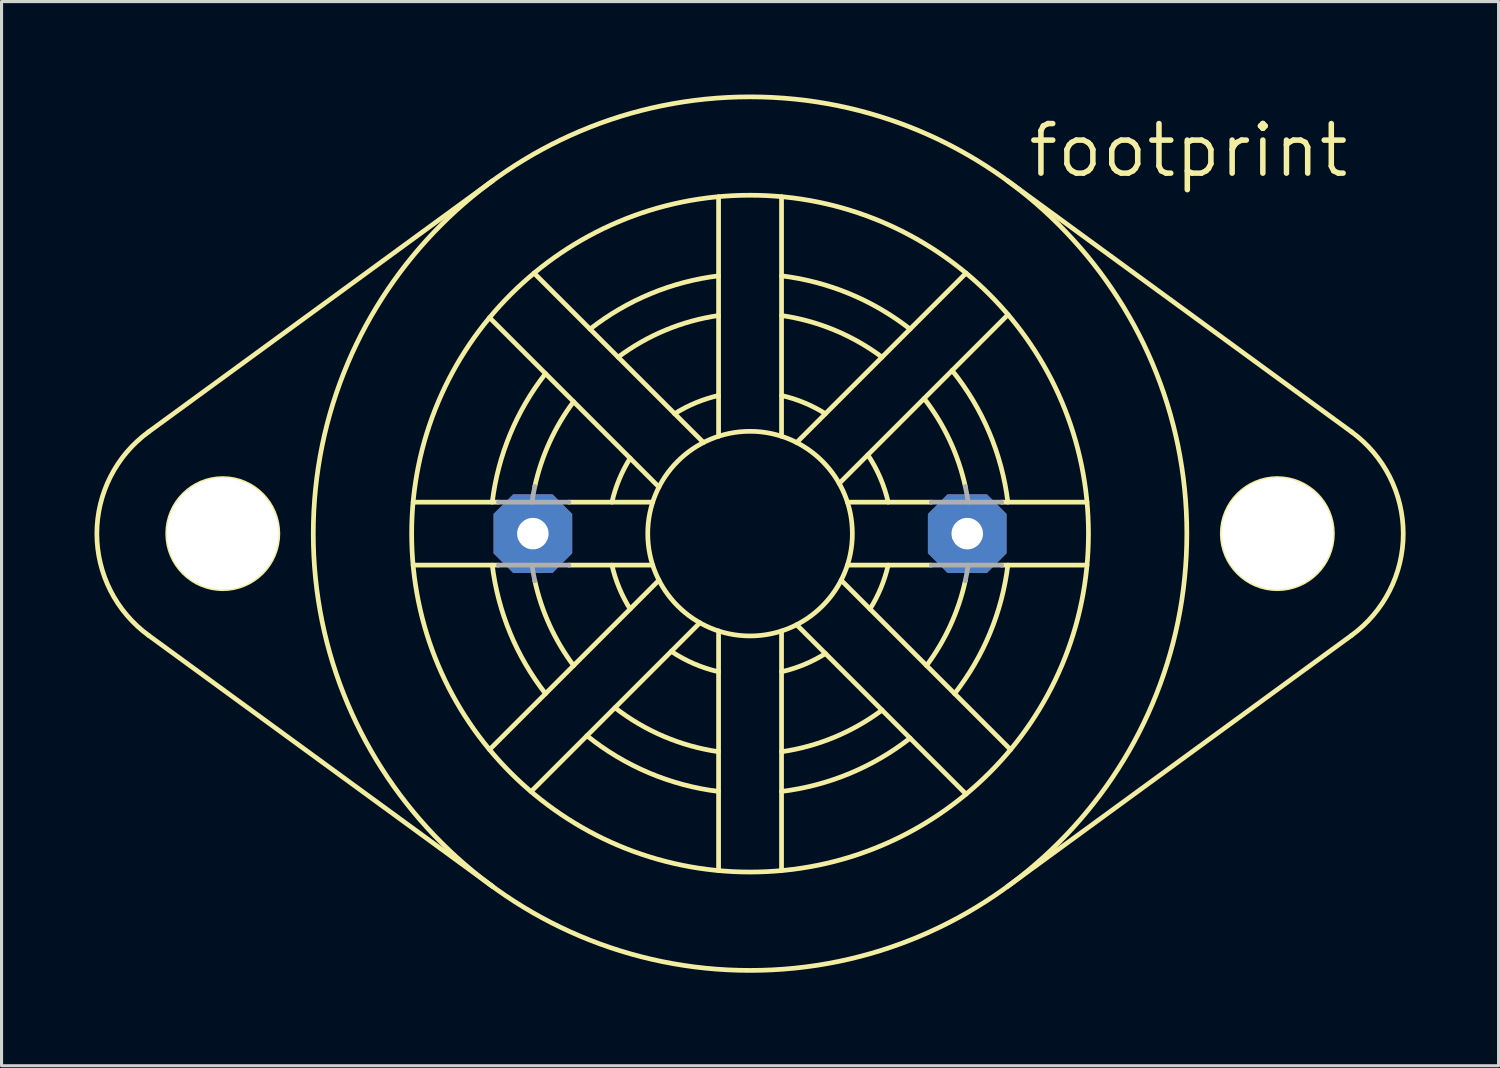
<source format=kicad_pcb>
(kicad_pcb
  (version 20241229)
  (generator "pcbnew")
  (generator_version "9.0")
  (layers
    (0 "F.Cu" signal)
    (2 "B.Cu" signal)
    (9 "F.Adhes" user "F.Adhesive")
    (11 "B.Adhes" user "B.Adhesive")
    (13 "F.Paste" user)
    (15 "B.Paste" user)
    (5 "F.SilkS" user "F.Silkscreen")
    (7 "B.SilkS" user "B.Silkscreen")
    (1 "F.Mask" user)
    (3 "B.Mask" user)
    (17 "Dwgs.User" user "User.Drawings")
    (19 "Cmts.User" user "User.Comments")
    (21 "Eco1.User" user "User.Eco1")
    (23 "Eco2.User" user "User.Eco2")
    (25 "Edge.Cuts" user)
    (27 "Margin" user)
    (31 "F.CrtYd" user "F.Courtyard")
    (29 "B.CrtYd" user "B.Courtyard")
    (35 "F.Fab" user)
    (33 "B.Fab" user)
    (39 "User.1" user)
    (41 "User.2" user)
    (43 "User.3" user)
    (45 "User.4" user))
  (footprint "footprint"
    (layer "F.Cu")
    (at 21.158 14.173)
    (property "Reference" "footprint" (at 8.89 -11.43 0) (layer "F.SilkS") (effects (font (size 1.6 1.6) (thickness 0.178)) (justify left bottom)))
    (fp_line (start -10.875 -1.016) (end -8.121 -1.016) (stroke (width 0.152) (type solid)) (layer "F.SilkS"))
    (fp_line (start -10.875 1.016) (end -8.121 1.016) (stroke (width 0.152) (type solid)) (layer "F.SilkS"))
    (fp_line (start -8.408 -6.971) (end -2.94 -1.503) (stroke (width 0.152) (type solid)) (layer "F.SilkS"))
    (fp_line (start -8.408 6.971) (end -2.94 1.503) (stroke (width 0.152) (type solid)) (layer "F.SilkS"))
    (fp_line (start -8.311 -11.387) (end -19.414 -3.283) (stroke (width 0.152) (type solid)) (layer "F.SilkS"))
    (fp_line (start -8.311 11.387) (end -19.414 3.283) (stroke (width 0.152) (type solid)) (layer "F.SilkS"))
    (fp_line (start -7.069 8.326) (end -1.62 2.877) (stroke (width 0.152) (type solid)) (layer "F.SilkS"))
    (fp_line (start -6.971 -8.408) (end -1.503 -2.94) (stroke (width 0.152) (type solid)) (layer "F.SilkS"))
    (fp_line (start -5.849 -1.016) (end -3.142 -1.016) (stroke (width 0.152) (type solid)) (layer "F.SilkS"))
    (fp_line (start -5.849 1.016) (end -3.142 1.016) (stroke (width 0.152) (type solid)) (layer "F.SilkS"))
    (fp_line (start -1.016 -3.142) (end -1.016 -10.875) (stroke (width 0.152) (type solid)) (layer "F.SilkS"))
    (fp_line (start -1.016 10.875) (end -1.016 3.142) (stroke (width 0.152) (type solid)) (layer "F.SilkS"))
    (fp_line (start 1.016 -3.142) (end 1.016 -10.875) (stroke (width 0.152) (type solid)) (layer "F.SilkS"))
    (fp_line (start 1.016 10.875) (end 1.016 3.142) (stroke (width 0.152) (type solid)) (layer "F.SilkS"))
    (fp_line (start 1.503 -2.94) (end 6.971 -8.408) (stroke (width 0.152) (type solid)) (layer "F.SilkS"))
    (fp_line (start 1.503 2.94) (end 6.971 8.408) (stroke (width 0.152) (type solid)) (layer "F.SilkS"))
    (fp_line (start 2.877 -1.62) (end 8.326 -7.069) (stroke (width 0.152) (type solid)) (layer "F.SilkS"))
    (fp_line (start 2.94 1.503) (end 8.408 6.971) (stroke (width 0.152) (type solid)) (layer "F.SilkS"))
    (fp_line (start 3.142 -1.016) (end 5.849 -1.016) (stroke (width 0.152) (type solid)) (layer "F.SilkS"))
    (fp_line (start 3.142 1.016) (end 5.849 1.016) (stroke (width 0.152) (type solid)) (layer "F.SilkS"))
    (fp_line (start 8.121 -1.016) (end 10.875 -1.016) (stroke (width 0.152) (type solid)) (layer "F.SilkS"))
    (fp_line (start 8.121 1.016) (end 10.875 1.016) (stroke (width 0.152) (type solid)) (layer "F.SilkS"))
    (fp_line (start 8.311 -11.387) (end 19.414 -3.283) (stroke (width 0.152) (type solid)) (layer "F.SilkS"))
    (fp_line (start 8.311 11.387) (end 19.414 3.283) (stroke (width 0.152) (type solid)) (layer "F.SilkS"))
    (fp_arc (start -19.414 3.283) (mid -21.082064 0.0004) (end -19.414 -3.2822) (stroke (width 0.1524) (type solid)) (layer "F.SilkS"))
    (fp_arc (start -8.3202 -1.016) (mid -7.74396 -3.207627) (end -6.6017 -5.1648) (stroke (width 0.1524) (type solid)) (layer "F.SilkS"))
    (fp_arc (start -6.9469 -1.5235) (mid -6.467617 -2.958099) (end -5.6958 -4.2589) (stroke (width 0.1524) (type solid)) (layer "F.SilkS"))
    (fp_arc (start -6.6017 5.1648) (mid -7.74396 3.207627) (end -8.3202 1.016) (stroke (width 0.1524) (type solid)) (layer "F.SilkS"))
    (fp_arc (start -5.6958 4.2589) (mid -6.467617 2.958099) (end -6.9469 1.5235) (stroke (width 0.1524) (type solid)) (layer "F.SilkS"))
    (fp_arc (start -5.1648 -6.6017) (mid -3.207627 -7.74396) (end -1.016 -8.3202) (stroke (width 0.1524) (type solid)) (layer "F.SilkS"))
    (fp_arc (start -4.4577 -1.016) (mid -4.223994 -1.749609) (end -3.8705 -2.4336) (stroke (width 0.1524) (type solid)) (layer "F.SilkS"))
    (fp_arc (start -4.2589 -5.6958) (mid -2.721624 -6.570656) (end -1.016 -7.0391) (stroke (width 0.1524) (type solid)) (layer "F.SilkS"))
    (fp_arc (start -3.8705 2.4336) (mid -4.223994 1.749609) (end -4.4577 1.016) (stroke (width 0.1524) (type solid)) (layer "F.SilkS"))
    (fp_arc (start -2.4336 -3.8705) (mid -1.749609 -4.223994) (end -1.016 -4.4577) (stroke (width 0.1524) (type solid)) (layer "F.SilkS"))
    (fp_arc (start -1.016 4.4577) (mid -1.809452 4.198715) (end -2.5426 3.7998) (stroke (width 0.1524) (type solid)) (layer "F.SilkS"))
    (fp_arc (start -1.016 7.0391) (mid -2.780747 6.545859) (end -4.3609 5.6181) (stroke (width 0.1524) (type solid)) (layer "F.SilkS"))
    (fp_arc (start -1.016 8.3202) (mid -3.266594 7.719294) (end -5.2649 6.5222) (stroke (width 0.1524) (type solid)) (layer "F.SilkS"))
    (fp_arc (start 1.016 -8.3202) (mid 3.207627 -7.74396) (end 5.1648 -6.6017) (stroke (width 0.1524) (type solid)) (layer "F.SilkS"))
    (fp_arc (start 1.016 -7.039) (mid 2.721618 -6.570607) (end 4.2589 -5.6958) (stroke (width 0.1524) (type solid)) (layer "F.SilkS"))
    (fp_arc (start 1.016 -4.4577) (mid 1.749609 -4.223994) (end 2.4336 -3.8705) (stroke (width 0.1524) (type solid)) (layer "F.SilkS"))
    (fp_arc (start 2.4336 3.8705) (mid 1.749609 4.223994) (end 1.016 4.4577) (stroke (width 0.1524) (type solid)) (layer "F.SilkS"))
    (fp_arc (start 3.7998 -2.5426) (mid 4.198714 -1.809452) (end 4.4577 -1.016) (stroke (width 0.1524) (type solid)) (layer "F.SilkS"))
    (fp_arc (start 4.2589 5.6958) (mid 2.721624 6.570656) (end 1.016 7.0391) (stroke (width 0.1524) (type solid)) (layer "F.SilkS"))
    (fp_arc (start 4.4577 1.016) (mid 4.223994 1.749609) (end 3.8705 2.4336) (stroke (width 0.1524) (type solid)) (layer "F.SilkS"))
    (fp_arc (start 5.1648 6.6017) (mid 3.207627 7.74396) (end 1.016 8.3202) (stroke (width 0.1524) (type solid)) (layer "F.SilkS"))
    (fp_arc (start 5.6181 -4.3609) (mid 6.440692 -3.016284) (end 6.9469 -1.5235) (stroke (width 0.1524) (type solid)) (layer "F.SilkS"))
    (fp_arc (start 6.5222 -5.2649) (mid 7.719294 -3.266594) (end 8.3202 -1.016) (stroke (width 0.1524) (type solid)) (layer "F.SilkS"))
    (fp_arc (start 6.9469 1.5235) (mid 6.467617 2.958099) (end 5.6958 4.2589) (stroke (width 0.1524) (type solid)) (layer "F.SilkS"))
    (fp_arc (start 8.3202 1.016) (mid 7.74396 3.207627) (end 6.6017 5.1648) (stroke (width 0.1524) (type solid)) (layer "F.SilkS"))
    (fp_arc (start 19.414 -3.2822) (mid 21.082064 0.0004) (end 19.414 3.283) (stroke (width 0.1524) (type solid)) (layer "F.SilkS"))
    (fp_circle (center -17.018 0) (end -15.24 0) (stroke (width 0.152) (type solid)) (fill no) (layer "F.SilkS"))
    (fp_circle (center 0 0) (end 3.302 0) (stroke (width 0.152) (type solid)) (fill no) (layer "F.SilkS"))
    (fp_circle (center 0 0) (end 10.922 0) (stroke (width 0.152) (type solid)) (fill no) (layer "F.SilkS"))
    (fp_circle (center 0 0) (end 14.097 0) (stroke (width 0.152) (type solid)) (fill no) (layer "F.SilkS"))
    (fp_circle (center 17.018 0) (end 18.796 0) (stroke (width 0.152) (type solid)) (fill no) (layer "F.SilkS"))
    (fp_line (start -8.121 -1.016) (end -5.849 -1.016) (stroke (width 0.152) (type solid)) (layer "F.Fab"))
    (fp_line (start -8.121 1.016) (end -5.849 1.016) (stroke (width 0.152) (type solid)) (layer "F.Fab"))
    (fp_line (start 5.849 -1.016) (end 8.121 -1.016) (stroke (width 0.152) (type solid)) (layer "F.Fab"))
    (fp_line (start 5.849 1.016) (end 8.121 1.016) (stroke (width 0.152) (type solid)) (layer "F.Fab"))
    (fp_arc (start -7.0391 -1.016) (mid -6.997602 -1.270586) (end -6.9469 -1.5235) (stroke (width 0.1524) (type solid)) (layer "F.Fab"))
    (fp_arc (start -6.9469 1.5235) (mid -6.997602 1.270586) (end -7.0391 1.016) (stroke (width 0.1524) (type solid)) (layer "F.Fab"))
    (fp_arc (start 6.9469 -1.5235) (mid 6.997602 -1.270586) (end 7.0391 -1.016) (stroke (width 0.1524) (type solid)) (layer "F.Fab"))
    (fp_arc (start 7.0391 1.016) (mid 6.997602 1.270586) (end 6.9469 1.5235) (stroke (width 0.1524) (type solid)) (layer "F.Fab"))
    (pad "" np_thru_hole circle (at -17.018 0) (size 3.607 3.607) (drill 3.607) (layers "*.Cu" "*.Mask"))
    (pad "" np_thru_hole circle (at 17.018 0) (size 3.607 3.607) (drill 3.607) (layers "*.Cu" "*.Mask"))
    (pad "+" thru_hole roundrect (at 7.01 0) (size 2.54 2.54) (drill 1.016) (layers "*.Cu" "*.Mask") (roundrect_rratio 0.25) (chamfer_ratio 0.25) (chamfer top_left top_right bottom_left bottom_right))
    (pad "-" thru_hole roundrect (at -7.01 0) (size 2.54 2.54) (drill 1.016) (layers "*.Cu" "*.Mask") (roundrect_rratio 0.25) (chamfer_ratio 0.25) (chamfer top_left top_right bottom_left bottom_right)))
  (gr_rect
    (start -3 -3)
    (end 45.317 31.346)
    (stroke (width 0.1) (type default))
    (fill no)
    (layer "Edge.Cuts")))
</source>
